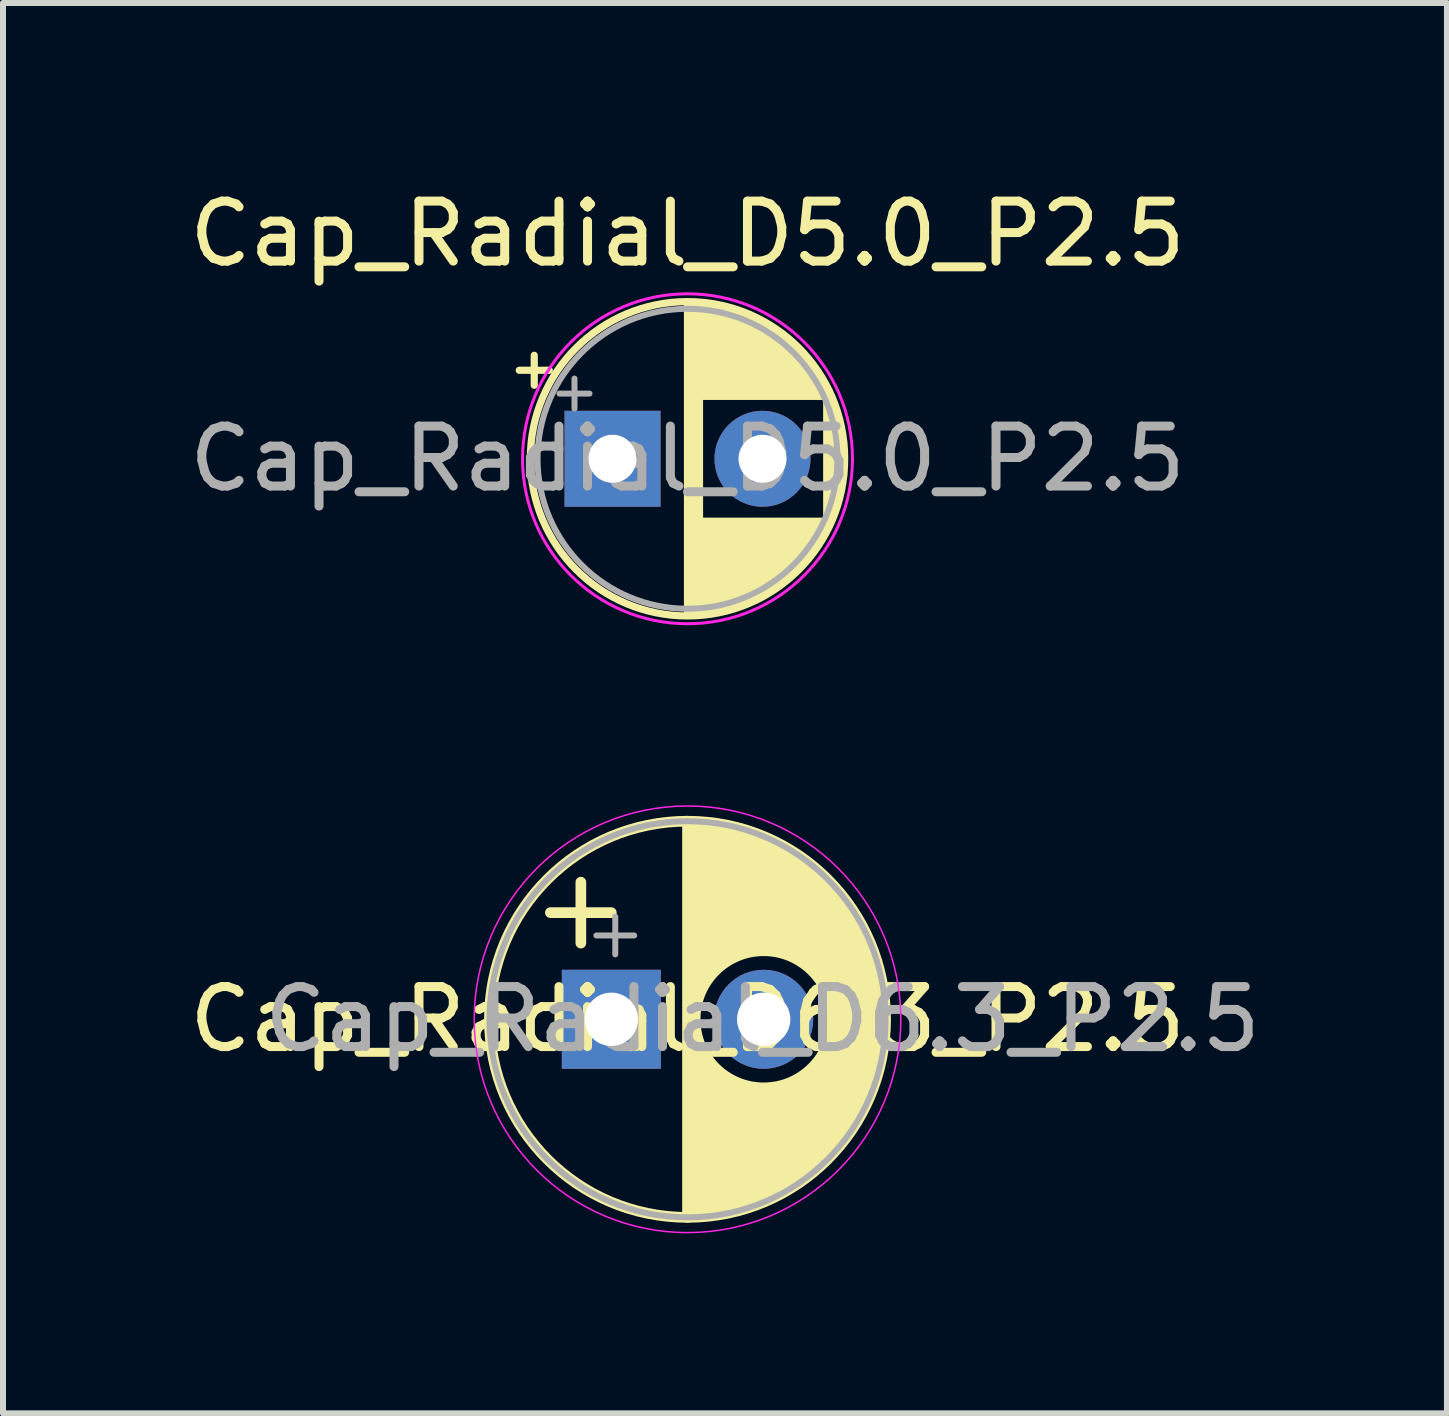
<source format=kicad_pcb>
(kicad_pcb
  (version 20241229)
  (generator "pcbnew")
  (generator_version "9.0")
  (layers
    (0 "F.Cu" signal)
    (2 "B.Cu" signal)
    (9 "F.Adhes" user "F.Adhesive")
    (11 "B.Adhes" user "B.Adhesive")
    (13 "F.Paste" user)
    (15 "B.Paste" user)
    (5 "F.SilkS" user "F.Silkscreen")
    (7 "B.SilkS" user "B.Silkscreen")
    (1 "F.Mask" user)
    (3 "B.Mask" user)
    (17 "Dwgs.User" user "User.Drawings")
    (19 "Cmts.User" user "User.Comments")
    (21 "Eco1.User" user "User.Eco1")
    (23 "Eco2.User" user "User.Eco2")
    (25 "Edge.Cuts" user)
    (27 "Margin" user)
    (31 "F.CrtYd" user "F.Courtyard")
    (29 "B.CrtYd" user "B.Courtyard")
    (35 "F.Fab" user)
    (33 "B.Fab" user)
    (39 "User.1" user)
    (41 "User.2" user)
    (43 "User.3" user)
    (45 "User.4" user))
  (footprint "Cap_Radial_D6.3_P2.5"
    (layer "F.Cu")
    (at 8.411 13.942)
    (property "Reference" "Cap_Radial_D6.3_P2.5" (at 0 0 0) (layer "F.SilkS") (effects (font (size 1 1) (thickness 0.15))))
    (attr through_hole)
    (fp_line (start -2.286 -1.778) (end -1.27 -1.778) (stroke (width 0.178) (type solid)) (layer "F.SilkS"))
    (fp_line (start -1.778 -2.286) (end -1.778 -1.27) (stroke (width 0.178) (type solid)) (layer "F.SilkS"))
    (fp_line (start 0 -3.302) (end 0 3.302) (stroke (width 0.178) (type solid)) (layer "F.SilkS"))
    (fp_line (start 0.127 -3.175) (end 0.127 -0.381) (stroke (width 0.178) (type solid)) (layer "F.SilkS"))
    (fp_line (start 0.127 0.381) (end 0.127 3.175) (stroke (width 0.178) (type solid)) (layer "F.SilkS"))
    (fp_line (start 0.254 -3.175) (end 0.254 -0.635) (stroke (width 0.178) (type solid)) (layer "F.SilkS"))
    (fp_line (start 0.254 0.635) (end 0.254 3.175) (stroke (width 0.178) (type solid)) (layer "F.SilkS"))
    (fp_line (start 0.381 -3.175) (end 0.381 -0.762) (stroke (width 0.178) (type solid)) (layer "F.SilkS"))
    (fp_line (start 0.381 0.762) (end 0.381 3.175) (stroke (width 0.178) (type solid)) (layer "F.SilkS"))
    (fp_line (start 0.508 -3.175) (end 0.508 -0.889) (stroke (width 0.178) (type solid)) (layer "F.SilkS"))
    (fp_line (start 0.508 0.889) (end 0.508 3.175) (stroke (width 0.178) (type solid)) (layer "F.SilkS"))
    (fp_line (start 0.635 -3.175) (end 0.635 -1.016) (stroke (width 0.178) (type solid)) (layer "F.SilkS"))
    (fp_line (start 0.635 1.016) (end 0.635 3.175) (stroke (width 0.178) (type solid)) (layer "F.SilkS"))
    (fp_line (start 0.762 -3.175) (end 0.762 -1.143) (stroke (width 0.178) (type solid)) (layer "F.SilkS"))
    (fp_line (start 0.762 1.143) (end 0.762 3.175) (stroke (width 0.178) (type solid)) (layer "F.SilkS"))
    (fp_line (start 0.889 -3.175) (end 0.889 -1.143) (stroke (width 0.178) (type solid)) (layer "F.SilkS"))
    (fp_line (start 0.889 1.143) (end 0.889 3.048) (stroke (width 0.178) (type solid)) (layer "F.SilkS"))
    (fp_line (start 1.016 -3.048) (end 1.016 -1.143) (stroke (width 0.178) (type solid)) (layer "F.SilkS"))
    (fp_line (start 1.016 1.143) (end 1.016 3.048) (stroke (width 0.178) (type solid)) (layer "F.SilkS"))
    (fp_line (start 1.143 -3.048) (end 1.143 -1.27) (stroke (width 0.178) (type solid)) (layer "F.SilkS"))
    (fp_line (start 1.143 1.143) (end 1.143 3.048) (stroke (width 0.178) (type solid)) (layer "F.SilkS"))
    (fp_line (start 1.27 -2.921) (end 1.27 -1.27) (stroke (width 0.178) (type solid)) (layer "F.SilkS"))
    (fp_line (start 1.27 1.27) (end 1.27 2.921) (stroke (width 0.178) (type solid)) (layer "F.SilkS"))
    (fp_line (start 1.397 -2.921) (end 1.397 -1.27) (stroke (width 0.178) (type solid)) (layer "F.SilkS"))
    (fp_line (start 1.397 1.143) (end 1.397 2.921) (stroke (width 0.178) (type solid)) (layer "F.SilkS"))
    (fp_line (start 1.524 -2.794) (end 1.524 -1.27) (stroke (width 0.178) (type solid)) (layer "F.SilkS"))
    (fp_line (start 1.524 1.143) (end 1.524 2.921) (stroke (width 0.178) (type solid)) (layer "F.SilkS"))
    (fp_line (start 1.651 -2.794) (end 1.651 -1.143) (stroke (width 0.178) (type solid)) (layer "F.SilkS"))
    (fp_line (start 1.651 1.143) (end 1.651 2.794) (stroke (width 0.178) (type solid)) (layer "F.SilkS"))
    (fp_line (start 1.778 -2.667) (end 1.778 -1.143) (stroke (width 0.178) (type solid)) (layer "F.SilkS"))
    (fp_line (start 1.778 1.143) (end 1.778 2.667) (stroke (width 0.178) (type solid)) (layer "F.SilkS"))
    (fp_line (start 1.905 -2.54) (end 1.905 -1.016) (stroke (width 0.178) (type solid)) (layer "F.SilkS"))
    (fp_line (start 1.905 1.016) (end 1.905 2.667) (stroke (width 0.178) (type solid)) (layer "F.SilkS"))
    (fp_line (start 2.032 -2.54) (end 2.032 -0.889) (stroke (width 0.178) (type solid)) (layer "F.SilkS"))
    (fp_line (start 2.032 0.889) (end 2.032 2.54) (stroke (width 0.178) (type solid)) (layer "F.SilkS"))
    (fp_line (start 2.159 -2.413) (end 2.159 -0.762) (stroke (width 0.178) (type solid)) (layer "F.SilkS"))
    (fp_line (start 2.159 0.762) (end 2.159 2.413) (stroke (width 0.178) (type solid)) (layer "F.SilkS"))
    (fp_line (start 2.286 -2.286) (end 2.286 -0.635) (stroke (width 0.178) (type solid)) (layer "F.SilkS"))
    (fp_line (start 2.286 0.635) (end 2.286 2.286) (stroke (width 0.178) (type solid)) (layer "F.SilkS"))
    (fp_line (start 2.413 -2.159) (end 2.413 2.159) (stroke (width 0.178) (type solid)) (layer "F.SilkS"))
    (fp_line (start 2.54 -2.032) (end 2.54 2.032) (stroke (width 0.178) (type solid)) (layer "F.SilkS"))
    (fp_line (start 2.667 -1.778) (end 2.667 1.778) (stroke (width 0.178) (type solid)) (layer "F.SilkS"))
    (fp_line (start 2.794 -1.651) (end 2.794 1.651) (stroke (width 0.178) (type solid)) (layer "F.SilkS"))
    (fp_line (start 2.921 -1.397) (end 2.921 1.397) (stroke (width 0.178) (type solid)) (layer "F.SilkS"))
    (fp_line (start 3.048 -1.143) (end 3.048 1.143) (stroke (width 0.178) (type solid)) (layer "F.SilkS"))
    (fp_line (start 3.175 -0.635) (end 3.175 0.635) (stroke (width 0.178) (type solid)) (layer "F.SilkS"))
    (fp_circle (center 0 0) (end 3.302 0) (stroke (width 0.178) (type solid)) (fill no) (layer "F.SilkS"))
    (fp_circle (center 1.27 0) (end 2.413 0) (stroke (width 0.178) (type solid)) (fill no) (layer "F.SilkS"))
    (fp_circle (center 0 0) (end 3.556 0) (stroke (width 0.025) (type solid)) (fill no) (layer "F.CrtYd"))
    (fp_line (start -1.519 -1.397) (end -0.889 -1.397) (stroke (width 0.1) (type solid)) (layer "F.Fab"))
    (fp_line (start -1.204 -1.712) (end -1.204 -1.082) (stroke (width 0.1) (type solid)) (layer "F.Fab"))
    (fp_circle (center 0 0) (end 0 -3.302) (stroke (width 0.1) (type solid)) (fill no) (layer "F.Fab"))
    (fp_text user "${REFERENCE}" (at 1.25 0 0) (layer "F.Fab") (effects (font (size 1 1) (thickness 0.15))))
    (pad "N" thru_hole circle (at 1.27 0) (size 1.651 1.651) (drill 0.889) (layers "*.Cu" "*.Mask"))
    (pad "P" thru_hole rect (at -1.27 0) (size 1.651 1.651) (drill 0.889) (layers "*.Cu" "*.Mask")))
  (footprint "Cap_Radial_D5.0_P2.5"
    (layer "F.Cu")
    (at 7.161 4.598)
    (property "Reference" "Cap_Radial_D5.0_P2.5" (at 1.25 -3.75 0) (layer "F.SilkS") (effects (font (size 1 1) (thickness 0.15))))
    (attr through_hole)
    (fp_line (start -1.555 -1.475) (end -1.055 -1.475) (stroke (width 0.12) (type solid)) (layer "F.SilkS"))
    (fp_line (start -1.305 -1.725) (end -1.305 -1.225) (stroke (width 0.12) (type solid)) (layer "F.SilkS"))
    (fp_line (start 1.25 -2.58) (end 1.25 2.58) (stroke (width 0.12) (type solid)) (layer "F.SilkS"))
    (fp_line (start 1.29 -2.58) (end 1.29 2.58) (stroke (width 0.12) (type solid)) (layer "F.SilkS"))
    (fp_line (start 1.33 -2.579) (end 1.33 2.579) (stroke (width 0.12) (type solid)) (layer "F.SilkS"))
    (fp_line (start 1.37 -2.578) (end 1.37 2.578) (stroke (width 0.12) (type solid)) (layer "F.SilkS"))
    (fp_line (start 1.41 -2.576) (end 1.41 2.576) (stroke (width 0.12) (type solid)) (layer "F.SilkS"))
    (fp_line (start 1.45 -2.573) (end 1.45 2.573) (stroke (width 0.12) (type solid)) (layer "F.SilkS"))
    (fp_line (start 1.49 -2.569) (end 1.49 -1.04) (stroke (width 0.12) (type solid)) (layer "F.SilkS"))
    (fp_line (start 1.49 1.04) (end 1.49 2.569) (stroke (width 0.12) (type solid)) (layer "F.SilkS"))
    (fp_line (start 1.53 -2.565) (end 1.53 -1.04) (stroke (width 0.12) (type solid)) (layer "F.SilkS"))
    (fp_line (start 1.53 1.04) (end 1.53 2.565) (stroke (width 0.12) (type solid)) (layer "F.SilkS"))
    (fp_line (start 1.57 -2.561) (end 1.57 -1.04) (stroke (width 0.12) (type solid)) (layer "F.SilkS"))
    (fp_line (start 1.57 1.04) (end 1.57 2.561) (stroke (width 0.12) (type solid)) (layer "F.SilkS"))
    (fp_line (start 1.61 -2.556) (end 1.61 -1.04) (stroke (width 0.12) (type solid)) (layer "F.SilkS"))
    (fp_line (start 1.61 1.04) (end 1.61 2.556) (stroke (width 0.12) (type solid)) (layer "F.SilkS"))
    (fp_line (start 1.65 -2.55) (end 1.65 -1.04) (stroke (width 0.12) (type solid)) (layer "F.SilkS"))
    (fp_line (start 1.65 1.04) (end 1.65 2.55) (stroke (width 0.12) (type solid)) (layer "F.SilkS"))
    (fp_line (start 1.69 -2.543) (end 1.69 -1.04) (stroke (width 0.12) (type solid)) (layer "F.SilkS"))
    (fp_line (start 1.69 1.04) (end 1.69 2.543) (stroke (width 0.12) (type solid)) (layer "F.SilkS"))
    (fp_line (start 1.73 -2.536) (end 1.73 -1.04) (stroke (width 0.12) (type solid)) (layer "F.SilkS"))
    (fp_line (start 1.73 1.04) (end 1.73 2.536) (stroke (width 0.12) (type solid)) (layer "F.SilkS"))
    (fp_line (start 1.77 -2.528) (end 1.77 -1.04) (stroke (width 0.12) (type solid)) (layer "F.SilkS"))
    (fp_line (start 1.77 1.04) (end 1.77 2.528) (stroke (width 0.12) (type solid)) (layer "F.SilkS"))
    (fp_line (start 1.81 -2.52) (end 1.81 -1.04) (stroke (width 0.12) (type solid)) (layer "F.SilkS"))
    (fp_line (start 1.81 1.04) (end 1.81 2.52) (stroke (width 0.12) (type solid)) (layer "F.SilkS"))
    (fp_line (start 1.85 -2.511) (end 1.85 -1.04) (stroke (width 0.12) (type solid)) (layer "F.SilkS"))
    (fp_line (start 1.85 1.04) (end 1.85 2.511) (stroke (width 0.12) (type solid)) (layer "F.SilkS"))
    (fp_line (start 1.89 -2.501) (end 1.89 -1.04) (stroke (width 0.12) (type solid)) (layer "F.SilkS"))
    (fp_line (start 1.89 1.04) (end 1.89 2.501) (stroke (width 0.12) (type solid)) (layer "F.SilkS"))
    (fp_line (start 1.93 -2.491) (end 1.93 -1.04) (stroke (width 0.12) (type solid)) (layer "F.SilkS"))
    (fp_line (start 1.93 1.04) (end 1.93 2.491) (stroke (width 0.12) (type solid)) (layer "F.SilkS"))
    (fp_line (start 1.971 -2.48) (end 1.971 -1.04) (stroke (width 0.12) (type solid)) (layer "F.SilkS"))
    (fp_line (start 1.971 1.04) (end 1.971 2.48) (stroke (width 0.12) (type solid)) (layer "F.SilkS"))
    (fp_line (start 2.011 -2.468) (end 2.011 -1.04) (stroke (width 0.12) (type solid)) (layer "F.SilkS"))
    (fp_line (start 2.011 1.04) (end 2.011 2.468) (stroke (width 0.12) (type solid)) (layer "F.SilkS"))
    (fp_line (start 2.051 -2.455) (end 2.051 -1.04) (stroke (width 0.12) (type solid)) (layer "F.SilkS"))
    (fp_line (start 2.051 1.04) (end 2.051 2.455) (stroke (width 0.12) (type solid)) (layer "F.SilkS"))
    (fp_line (start 2.091 -2.442) (end 2.091 -1.04) (stroke (width 0.12) (type solid)) (layer "F.SilkS"))
    (fp_line (start 2.091 1.04) (end 2.091 2.442) (stroke (width 0.12) (type solid)) (layer "F.SilkS"))
    (fp_line (start 2.131 -2.428) (end 2.131 -1.04) (stroke (width 0.12) (type solid)) (layer "F.SilkS"))
    (fp_line (start 2.131 1.04) (end 2.131 2.428) (stroke (width 0.12) (type solid)) (layer "F.SilkS"))
    (fp_line (start 2.171 -2.414) (end 2.171 -1.04) (stroke (width 0.12) (type solid)) (layer "F.SilkS"))
    (fp_line (start 2.171 1.04) (end 2.171 2.414) (stroke (width 0.12) (type solid)) (layer "F.SilkS"))
    (fp_line (start 2.211 -2.398) (end 2.211 -1.04) (stroke (width 0.12) (type solid)) (layer "F.SilkS"))
    (fp_line (start 2.211 1.04) (end 2.211 2.398) (stroke (width 0.12) (type solid)) (layer "F.SilkS"))
    (fp_line (start 2.251 -2.382) (end 2.251 -1.04) (stroke (width 0.12) (type solid)) (layer "F.SilkS"))
    (fp_line (start 2.251 1.04) (end 2.251 2.382) (stroke (width 0.12) (type solid)) (layer "F.SilkS"))
    (fp_line (start 2.291 -2.365) (end 2.291 -1.04) (stroke (width 0.12) (type solid)) (layer "F.SilkS"))
    (fp_line (start 2.291 1.04) (end 2.291 2.365) (stroke (width 0.12) (type solid)) (layer "F.SilkS"))
    (fp_line (start 2.331 -2.348) (end 2.331 -1.04) (stroke (width 0.12) (type solid)) (layer "F.SilkS"))
    (fp_line (start 2.331 1.04) (end 2.331 2.348) (stroke (width 0.12) (type solid)) (layer "F.SilkS"))
    (fp_line (start 2.371 -2.329) (end 2.371 -1.04) (stroke (width 0.12) (type solid)) (layer "F.SilkS"))
    (fp_line (start 2.371 1.04) (end 2.371 2.329) (stroke (width 0.12) (type solid)) (layer "F.SilkS"))
    (fp_line (start 2.411 -2.31) (end 2.411 -1.04) (stroke (width 0.12) (type solid)) (layer "F.SilkS"))
    (fp_line (start 2.411 1.04) (end 2.411 2.31) (stroke (width 0.12) (type solid)) (layer "F.SilkS"))
    (fp_line (start 2.451 -2.29) (end 2.451 -1.04) (stroke (width 0.12) (type solid)) (layer "F.SilkS"))
    (fp_line (start 2.451 1.04) (end 2.451 2.29) (stroke (width 0.12) (type solid)) (layer "F.SilkS"))
    (fp_line (start 2.491 -2.268) (end 2.491 -1.04) (stroke (width 0.12) (type solid)) (layer "F.SilkS"))
    (fp_line (start 2.491 1.04) (end 2.491 2.268) (stroke (width 0.12) (type solid)) (layer "F.SilkS"))
    (fp_line (start 2.531 -2.247) (end 2.531 -1.04) (stroke (width 0.12) (type solid)) (layer "F.SilkS"))
    (fp_line (start 2.531 1.04) (end 2.531 2.247) (stroke (width 0.12) (type solid)) (layer "F.SilkS"))
    (fp_line (start 2.571 -2.224) (end 2.571 -1.04) (stroke (width 0.12) (type solid)) (layer "F.SilkS"))
    (fp_line (start 2.571 1.04) (end 2.571 2.224) (stroke (width 0.12) (type solid)) (layer "F.SilkS"))
    (fp_line (start 2.611 -2.2) (end 2.611 -1.04) (stroke (width 0.12) (type solid)) (layer "F.SilkS"))
    (fp_line (start 2.611 1.04) (end 2.611 2.2) (stroke (width 0.12) (type solid)) (layer "F.SilkS"))
    (fp_line (start 2.651 -2.175) (end 2.651 -1.04) (stroke (width 0.12) (type solid)) (layer "F.SilkS"))
    (fp_line (start 2.651 1.04) (end 2.651 2.175) (stroke (width 0.12) (type solid)) (layer "F.SilkS"))
    (fp_line (start 2.691 -2.149) (end 2.691 -1.04) (stroke (width 0.12) (type solid)) (layer "F.SilkS"))
    (fp_line (start 2.691 1.04) (end 2.691 2.149) (stroke (width 0.12) (type solid)) (layer "F.SilkS"))
    (fp_line (start 2.731 -2.122) (end 2.731 -1.04) (stroke (width 0.12) (type solid)) (layer "F.SilkS"))
    (fp_line (start 2.731 1.04) (end 2.731 2.122) (stroke (width 0.12) (type solid)) (layer "F.SilkS"))
    (fp_line (start 2.771 -2.095) (end 2.771 -1.04) (stroke (width 0.12) (type solid)) (layer "F.SilkS"))
    (fp_line (start 2.771 1.04) (end 2.771 2.095) (stroke (width 0.12) (type solid)) (layer "F.SilkS"))
    (fp_line (start 2.811 -2.065) (end 2.811 -1.04) (stroke (width 0.12) (type solid)) (layer "F.SilkS"))
    (fp_line (start 2.811 1.04) (end 2.811 2.065) (stroke (width 0.12) (type solid)) (layer "F.SilkS"))
    (fp_line (start 2.851 -2.035) (end 2.851 -1.04) (stroke (width 0.12) (type solid)) (layer "F.SilkS"))
    (fp_line (start 2.851 1.04) (end 2.851 2.035) (stroke (width 0.12) (type solid)) (layer "F.SilkS"))
    (fp_line (start 2.891 -2.004) (end 2.891 -1.04) (stroke (width 0.12) (type solid)) (layer "F.SilkS"))
    (fp_line (start 2.891 1.04) (end 2.891 2.004) (stroke (width 0.12) (type solid)) (layer "F.SilkS"))
    (fp_line (start 2.931 -1.971) (end 2.931 -1.04) (stroke (width 0.12) (type solid)) (layer "F.SilkS"))
    (fp_line (start 2.931 1.04) (end 2.931 1.971) (stroke (width 0.12) (type solid)) (layer "F.SilkS"))
    (fp_line (start 2.971 -1.937) (end 2.971 -1.04) (stroke (width 0.12) (type solid)) (layer "F.SilkS"))
    (fp_line (start 2.971 1.04) (end 2.971 1.937) (stroke (width 0.12) (type solid)) (layer "F.SilkS"))
    (fp_line (start 3.011 -1.901) (end 3.011 -1.04) (stroke (width 0.12) (type solid)) (layer "F.SilkS"))
    (fp_line (start 3.011 1.04) (end 3.011 1.901) (stroke (width 0.12) (type solid)) (layer "F.SilkS"))
    (fp_line (start 3.051 -1.864) (end 3.051 -1.04) (stroke (width 0.12) (type solid)) (layer "F.SilkS"))
    (fp_line (start 3.051 1.04) (end 3.051 1.864) (stroke (width 0.12) (type solid)) (layer "F.SilkS"))
    (fp_line (start 3.091 -1.826) (end 3.091 -1.04) (stroke (width 0.12) (type solid)) (layer "F.SilkS"))
    (fp_line (start 3.091 1.04) (end 3.091 1.826) (stroke (width 0.12) (type solid)) (layer "F.SilkS"))
    (fp_line (start 3.131 -1.785) (end 3.131 -1.04) (stroke (width 0.12) (type solid)) (layer "F.SilkS"))
    (fp_line (start 3.131 1.04) (end 3.131 1.785) (stroke (width 0.12) (type solid)) (layer "F.SilkS"))
    (fp_line (start 3.171 -1.743) (end 3.171 -1.04) (stroke (width 0.12) (type solid)) (layer "F.SilkS"))
    (fp_line (start 3.171 1.04) (end 3.171 1.743) (stroke (width 0.12) (type solid)) (layer "F.SilkS"))
    (fp_line (start 3.211 -1.699) (end 3.211 -1.04) (stroke (width 0.12) (type solid)) (layer "F.SilkS"))
    (fp_line (start 3.211 1.04) (end 3.211 1.699) (stroke (width 0.12) (type solid)) (layer "F.SilkS"))
    (fp_line (start 3.251 -1.653) (end 3.251 -1.04) (stroke (width 0.12) (type solid)) (layer "F.SilkS"))
    (fp_line (start 3.251 1.04) (end 3.251 1.653) (stroke (width 0.12) (type solid)) (layer "F.SilkS"))
    (fp_line (start 3.291 -1.605) (end 3.291 -1.04) (stroke (width 0.12) (type solid)) (layer "F.SilkS"))
    (fp_line (start 3.291 1.04) (end 3.291 1.605) (stroke (width 0.12) (type solid)) (layer "F.SilkS"))
    (fp_line (start 3.331 -1.554) (end 3.331 -1.04) (stroke (width 0.12) (type solid)) (layer "F.SilkS"))
    (fp_line (start 3.331 1.04) (end 3.331 1.554) (stroke (width 0.12) (type solid)) (layer "F.SilkS"))
    (fp_line (start 3.371 -1.5) (end 3.371 -1.04) (stroke (width 0.12) (type solid)) (layer "F.SilkS"))
    (fp_line (start 3.371 1.04) (end 3.371 1.5) (stroke (width 0.12) (type solid)) (layer "F.SilkS"))
    (fp_line (start 3.411 -1.443) (end 3.411 -1.04) (stroke (width 0.12) (type solid)) (layer "F.SilkS"))
    (fp_line (start 3.411 1.04) (end 3.411 1.443) (stroke (width 0.12) (type solid)) (layer "F.SilkS"))
    (fp_line (start 3.451 -1.383) (end 3.451 -1.04) (stroke (width 0.12) (type solid)) (layer "F.SilkS"))
    (fp_line (start 3.451 1.04) (end 3.451 1.383) (stroke (width 0.12) (type solid)) (layer "F.SilkS"))
    (fp_line (start 3.491 -1.319) (end 3.491 -1.04) (stroke (width 0.12) (type solid)) (layer "F.SilkS"))
    (fp_line (start 3.491 1.04) (end 3.491 1.319) (stroke (width 0.12) (type solid)) (layer "F.SilkS"))
    (fp_line (start 3.531 -1.251) (end 3.531 -1.04) (stroke (width 0.12) (type solid)) (layer "F.SilkS"))
    (fp_line (start 3.531 1.04) (end 3.531 1.251) (stroke (width 0.12) (type solid)) (layer "F.SilkS"))
    (fp_line (start 3.571 -1.178) (end 3.571 1.178) (stroke (width 0.12) (type solid)) (layer "F.SilkS"))
    (fp_line (start 3.611 -1.098) (end 3.611 1.098) (stroke (width 0.12) (type solid)) (layer "F.SilkS"))
    (fp_line (start 3.651 -1.011) (end 3.651 1.011) (stroke (width 0.12) (type solid)) (layer "F.SilkS"))
    (fp_line (start 3.691 -0.915) (end 3.691 0.915) (stroke (width 0.12) (type solid)) (layer "F.SilkS"))
    (fp_line (start 3.731 -0.805) (end 3.731 0.805) (stroke (width 0.12) (type solid)) (layer "F.SilkS"))
    (fp_line (start 3.771 -0.677) (end 3.771 0.677) (stroke (width 0.12) (type solid)) (layer "F.SilkS"))
    (fp_line (start 3.811 -0.518) (end 3.811 0.518) (stroke (width 0.12) (type solid)) (layer "F.SilkS"))
    (fp_line (start 3.851 -0.284) (end 3.851 0.284) (stroke (width 0.12) (type solid)) (layer "F.SilkS"))
    (fp_circle (center 1.25 0) (end 3.87 0) (stroke (width 0.12) (type solid)) (fill no) (layer "F.SilkS"))
    (fp_circle (center 1.25 0) (end 4 0) (stroke (width 0.05) (type solid)) (fill no) (layer "F.CrtYd"))
    (fp_line (start -0.884 -1.087) (end -0.384 -1.087) (stroke (width 0.1) (type solid)) (layer "F.Fab"))
    (fp_line (start -0.634 -1.337) (end -0.634 -0.838) (stroke (width 0.1) (type solid)) (layer "F.Fab"))
    (fp_circle (center 1.25 0) (end 3.75 0) (stroke (width 0.1) (type solid)) (fill no) (layer "F.Fab"))
    (fp_text user "${REFERENCE}" (at 1.25 0 0) (layer "F.Fab") (effects (font (size 1 1) (thickness 0.15))))
    (pad "N" thru_hole circle (at 2.5 0) (size 1.6 1.6) (drill 0.8) (layers "*.Cu" "*.Mask"))
    (pad "P" thru_hole rect (at 0 0) (size 1.6 1.6) (drill 0.8) (layers "*.Cu" "*.Mask")))
  (gr_rect
    (start -3 -3)
    (end 21.071 20.511)
    (stroke (width 0.1) (type default))
    (fill no)
    (layer "Edge.Cuts")))
</source>
